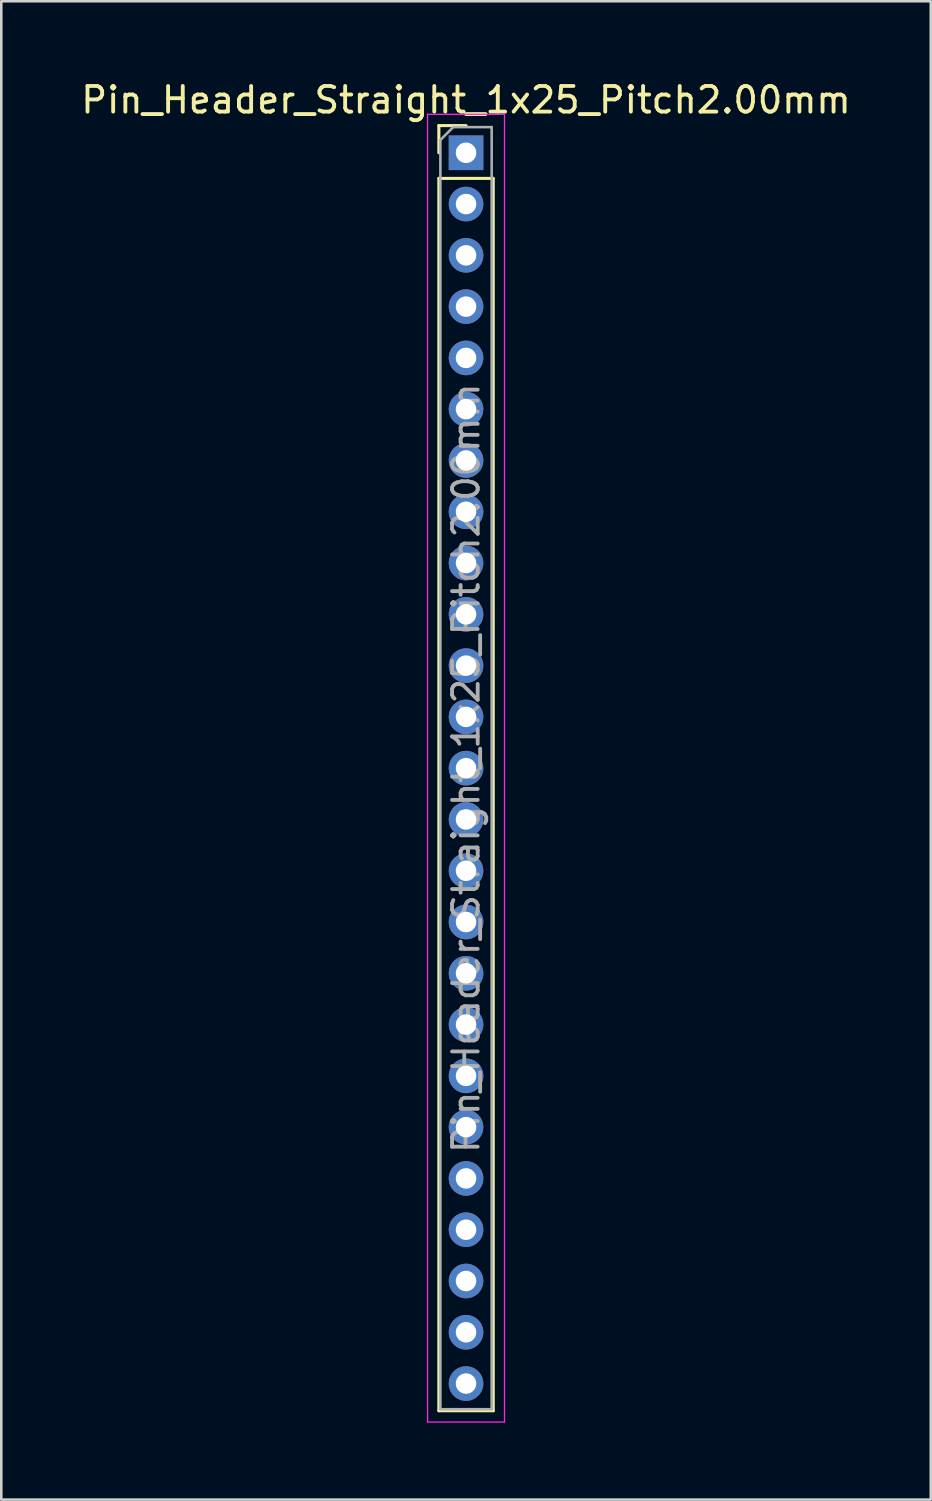
<source format=kicad_pcb>
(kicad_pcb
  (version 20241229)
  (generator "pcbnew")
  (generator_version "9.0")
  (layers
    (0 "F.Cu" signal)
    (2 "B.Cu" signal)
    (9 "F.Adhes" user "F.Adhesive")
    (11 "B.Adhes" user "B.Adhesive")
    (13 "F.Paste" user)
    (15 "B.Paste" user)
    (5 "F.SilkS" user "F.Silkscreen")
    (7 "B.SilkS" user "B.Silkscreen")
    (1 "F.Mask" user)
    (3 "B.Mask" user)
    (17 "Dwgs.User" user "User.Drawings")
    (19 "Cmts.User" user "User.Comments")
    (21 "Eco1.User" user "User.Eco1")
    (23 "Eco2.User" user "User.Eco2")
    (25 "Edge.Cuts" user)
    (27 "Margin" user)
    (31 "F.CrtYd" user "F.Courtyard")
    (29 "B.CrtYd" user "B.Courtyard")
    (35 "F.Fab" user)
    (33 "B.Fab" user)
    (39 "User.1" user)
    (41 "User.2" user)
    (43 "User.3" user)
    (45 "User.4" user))
  (footprint "Pin_Header_Straight_1x25_Pitch2.00mm"
    (layer "F.Cu")
    (at 15.125 2.908)
    (property "Reference" "Pin_Header_Straight_1x25_Pitch2.00mm" (at 0 -2.06 0) (layer "F.SilkS") (effects (font (size 1 1) (thickness 0.15))))
    (attr through_hole)
    (fp_line (start -1.06 -1.06) (end 0 -1.06) (stroke (width 0.12) (type solid)) (layer "F.SilkS"))
    (fp_line (start -1.06 0) (end -1.06 -1.06) (stroke (width 0.12) (type solid)) (layer "F.SilkS"))
    (fp_line (start -1.06 1) (end -1.06 49.06) (stroke (width 0.12) (type solid)) (layer "F.SilkS"))
    (fp_line (start -1.06 49.06) (end 1.06 49.06) (stroke (width 0.12) (type solid)) (layer "F.SilkS"))
    (fp_line (start 1.06 1) (end -1.06 1) (stroke (width 0.12) (type solid)) (layer "F.SilkS"))
    (fp_line (start 1.06 49.06) (end 1.06 1) (stroke (width 0.12) (type solid)) (layer "F.SilkS"))
    (fp_line (start -1.5 -1.5) (end -1.5 49.5) (stroke (width 0.05) (type solid)) (layer "F.CrtYd"))
    (fp_line (start -1.5 49.5) (end 1.5 49.5) (stroke (width 0.05) (type solid)) (layer "F.CrtYd"))
    (fp_line (start 1.5 -1.5) (end -1.5 -1.5) (stroke (width 0.05) (type solid)) (layer "F.CrtYd"))
    (fp_line (start 1.5 49.5) (end 1.5 -1.5) (stroke (width 0.05) (type solid)) (layer "F.CrtYd"))
    (fp_line (start -1 -0.5) (end -0.5 -1) (stroke (width 0.1) (type solid)) (layer "F.Fab"))
    (fp_line (start -1 49) (end -1 -0.5) (stroke (width 0.1) (type solid)) (layer "F.Fab"))
    (fp_line (start -0.5 -1) (end 1 -1) (stroke (width 0.1) (type solid)) (layer "F.Fab"))
    (fp_line (start 1 -1) (end 1 49) (stroke (width 0.1) (type solid)) (layer "F.Fab"))
    (fp_line (start 1 49) (end -1 49) (stroke (width 0.1) (type solid)) (layer "F.Fab"))
    (fp_text user "${REFERENCE}" (at 0 24 90) (layer "F.Fab") (effects (font (size 1 1) (thickness 0.15))))
    (pad "1" thru_hole rect (at 0 0) (size 1.35 1.35) (drill 0.8) (layers "*.Cu" "*.Mask"))
    (pad "2" thru_hole oval (at 0 2) (size 1.35 1.35) (drill 0.8) (layers "*.Cu" "*.Mask"))
    (pad "3" thru_hole oval (at 0 4) (size 1.35 1.35) (drill 0.8) (layers "*.Cu" "*.Mask"))
    (pad "4" thru_hole oval (at 0 6) (size 1.35 1.35) (drill 0.8) (layers "*.Cu" "*.Mask"))
    (pad "5" thru_hole oval (at 0 8) (size 1.35 1.35) (drill 0.8) (layers "*.Cu" "*.Mask"))
    (pad "6" thru_hole oval (at 0 10) (size 1.35 1.35) (drill 0.8) (layers "*.Cu" "*.Mask"))
    (pad "7" thru_hole oval (at 0 12) (size 1.35 1.35) (drill 0.8) (layers "*.Cu" "*.Mask"))
    (pad "8" thru_hole oval (at 0 14) (size 1.35 1.35) (drill 0.8) (layers "*.Cu" "*.Mask"))
    (pad "9" thru_hole oval (at 0 16) (size 1.35 1.35) (drill 0.8) (layers "*.Cu" "*.Mask"))
    (pad "10" thru_hole oval (at 0 18) (size 1.35 1.35) (drill 0.8) (layers "*.Cu" "*.Mask"))
    (pad "11" thru_hole oval (at 0 20) (size 1.35 1.35) (drill 0.8) (layers "*.Cu" "*.Mask"))
    (pad "12" thru_hole oval (at 0 22) (size 1.35 1.35) (drill 0.8) (layers "*.Cu" "*.Mask"))
    (pad "13" thru_hole oval (at 0 24) (size 1.35 1.35) (drill 0.8) (layers "*.Cu" "*.Mask"))
    (pad "14" thru_hole oval (at 0 26) (size 1.35 1.35) (drill 0.8) (layers "*.Cu" "*.Mask"))
    (pad "15" thru_hole oval (at 0 28) (size 1.35 1.35) (drill 0.8) (layers "*.Cu" "*.Mask"))
    (pad "16" thru_hole oval (at 0 30) (size 1.35 1.35) (drill 0.8) (layers "*.Cu" "*.Mask"))
    (pad "17" thru_hole oval (at 0 32) (size 1.35 1.35) (drill 0.8) (layers "*.Cu" "*.Mask"))
    (pad "18" thru_hole oval (at 0 34) (size 1.35 1.35) (drill 0.8) (layers "*.Cu" "*.Mask"))
    (pad "19" thru_hole oval (at 0 36) (size 1.35 1.35) (drill 0.8) (layers "*.Cu" "*.Mask"))
    (pad "20" thru_hole oval (at 0 38) (size 1.35 1.35) (drill 0.8) (layers "*.Cu" "*.Mask"))
    (pad "21" thru_hole oval (at 0 40) (size 1.35 1.35) (drill 0.8) (layers "*.Cu" "*.Mask"))
    (pad "22" thru_hole oval (at 0 42) (size 1.35 1.35) (drill 0.8) (layers "*.Cu" "*.Mask"))
    (pad "23" thru_hole oval (at 0 44) (size 1.35 1.35) (drill 0.8) (layers "*.Cu" "*.Mask"))
    (pad "24" thru_hole oval (at 0 46) (size 1.35 1.35) (drill 0.8) (layers "*.Cu" "*.Mask"))
    (pad "25" thru_hole oval (at 0 48) (size 1.35 1.35) (drill 0.8) (layers "*.Cu" "*.Mask")))
  (gr_rect
    (start -3 -3)
    (end 33.25 55.433)
    (stroke (width 0.1) (type default))
    (fill no)
    (layer "Edge.Cuts")))
</source>
